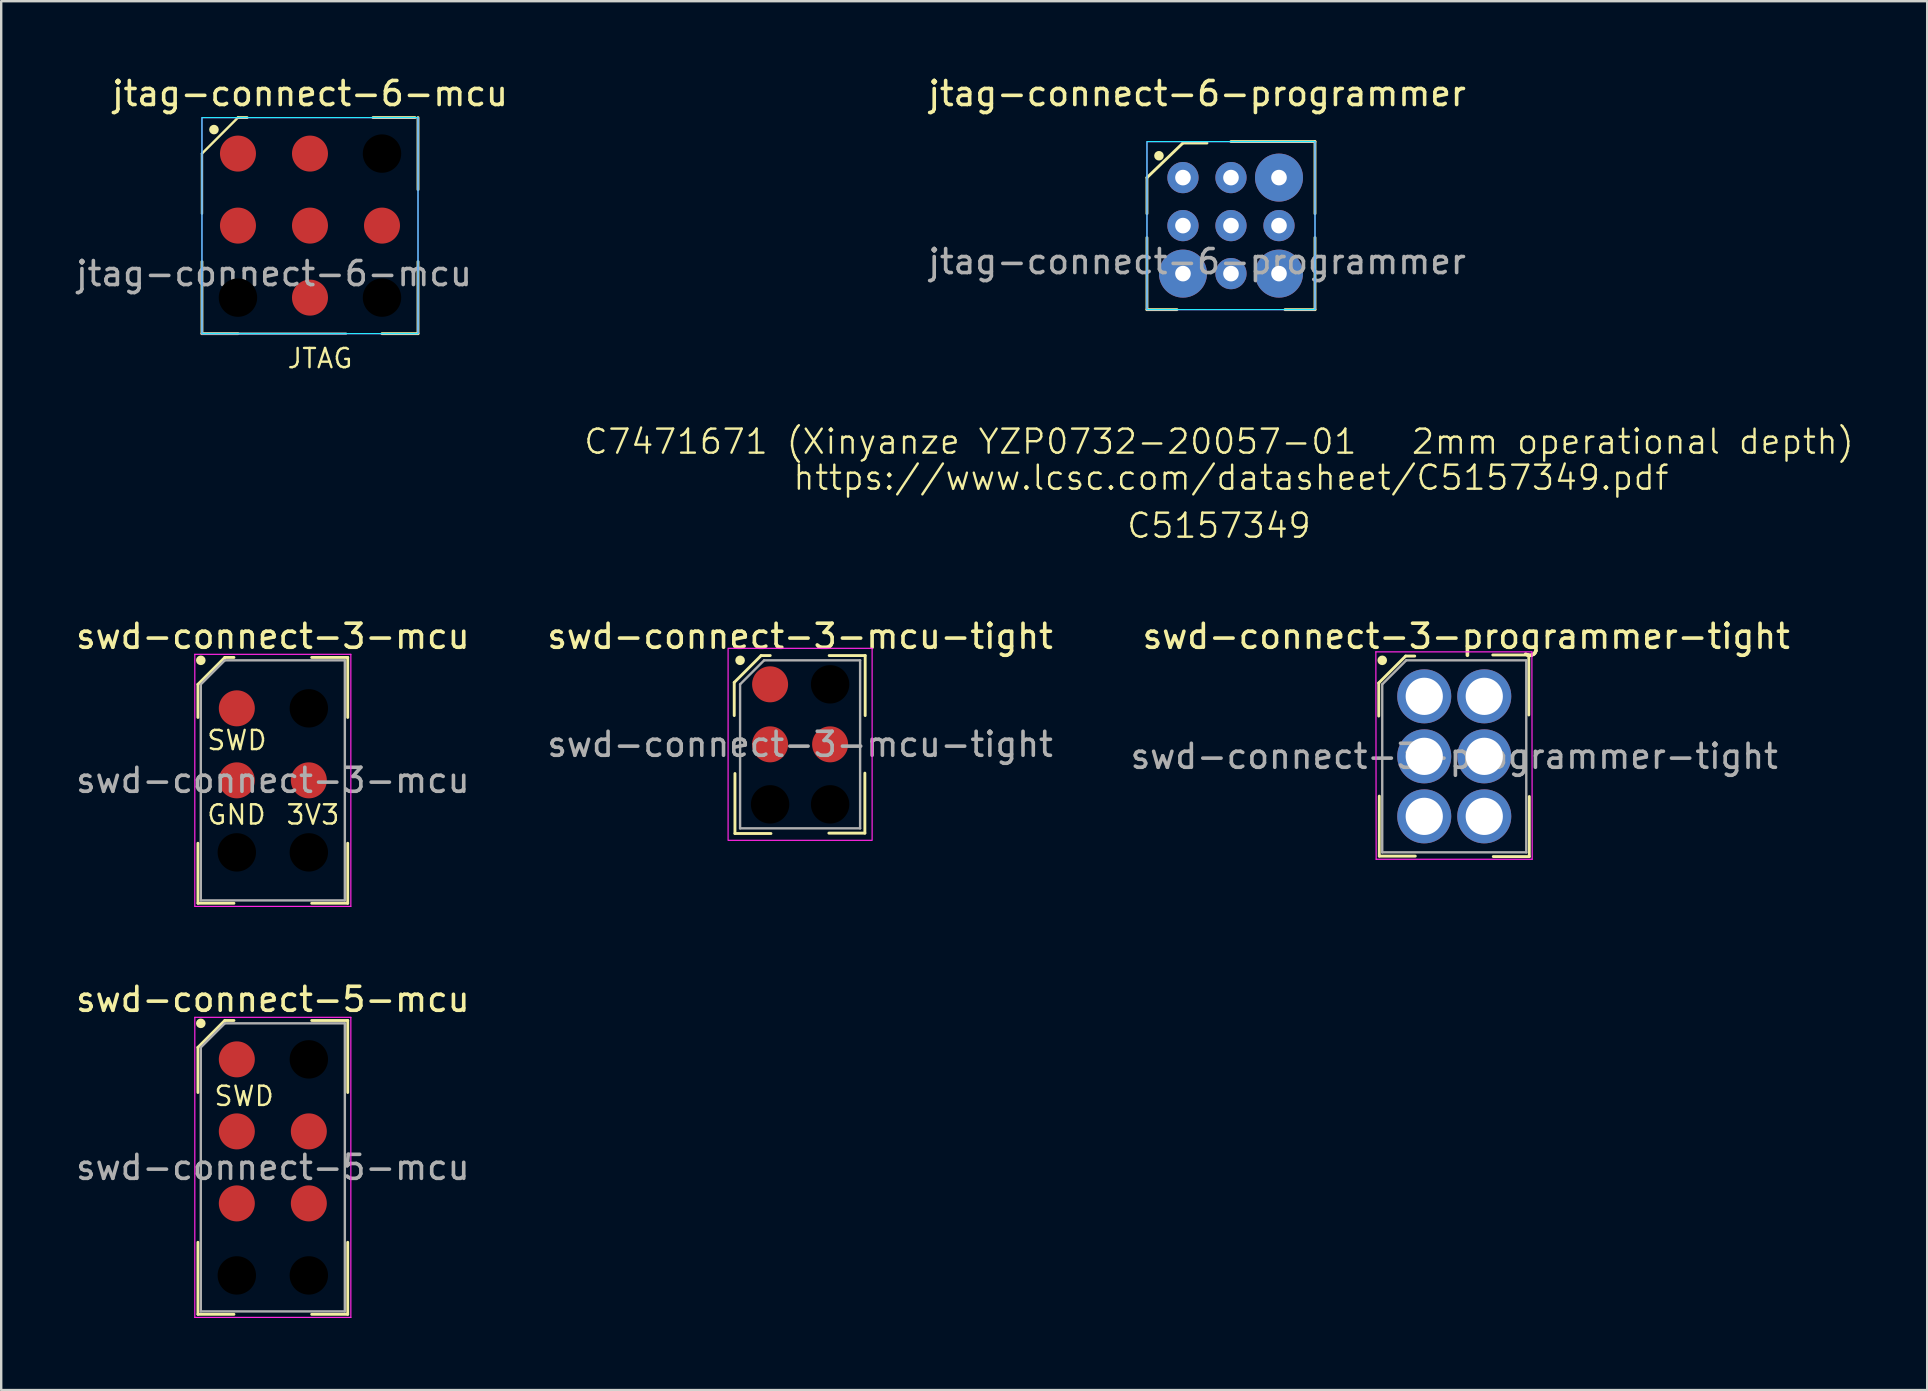
<source format=kicad_pcb>
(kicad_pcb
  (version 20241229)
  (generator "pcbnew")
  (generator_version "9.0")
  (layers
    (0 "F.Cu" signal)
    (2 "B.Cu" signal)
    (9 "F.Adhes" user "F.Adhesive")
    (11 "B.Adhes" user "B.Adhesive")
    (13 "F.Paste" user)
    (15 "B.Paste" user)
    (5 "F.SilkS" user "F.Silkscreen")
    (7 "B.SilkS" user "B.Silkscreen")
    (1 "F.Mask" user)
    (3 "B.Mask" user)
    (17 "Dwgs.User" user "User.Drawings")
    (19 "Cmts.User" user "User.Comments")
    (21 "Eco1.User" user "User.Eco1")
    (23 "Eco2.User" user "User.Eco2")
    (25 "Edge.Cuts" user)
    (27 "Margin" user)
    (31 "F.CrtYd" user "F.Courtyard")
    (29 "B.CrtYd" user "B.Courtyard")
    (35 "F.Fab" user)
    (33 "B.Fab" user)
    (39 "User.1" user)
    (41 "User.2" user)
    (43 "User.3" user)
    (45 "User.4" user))
  (footprint "swd-connect-5-mcu"
    (layer "F.Cu")
    (at 8.315 45.58)
    (property "Reference" "swd-connect-5-mcu" (at 0 -7 0) (layer "F.SilkS") (effects (font (size 1 1) (thickness 0.15))))
    (attr smd)
    (fp_line (start -3.12 -5) (end -3.12 -3.12) (stroke (width 0.12) (type default)) (layer "F.SilkS"))
    (fp_line (start -3.12 6.12) (end -3.12 3.12) (stroke (width 0.12) (type default)) (layer "F.SilkS"))
    (fp_line (start -2 -6.12) (end -3.12 -5) (stroke (width 0.12) (type default)) (layer "F.SilkS"))
    (fp_line (start -1.62 -6.12) (end -2 -6.12) (stroke (width 0.12) (type default)) (layer "F.SilkS"))
    (fp_line (start -1.62 6.12) (end -3.12 6.12) (stroke (width 0.12) (type default)) (layer "F.SilkS"))
    (fp_line (start 1.62 -6.12) (end 3.12 -6.12) (stroke (width 0.12) (type default)) (layer "F.SilkS"))
    (fp_line (start 1.62 6.12) (end 3.12 6.12) (stroke (width 0.12) (type default)) (layer "F.SilkS"))
    (fp_line (start 3.12 -6.12) (end 3.12 -3.12) (stroke (width 0.12) (type default)) (layer "F.SilkS"))
    (fp_line (start 3.12 6.12) (end 3.12 3.12) (stroke (width 0.12) (type default)) (layer "F.SilkS"))
    (fp_circle (center -3 -6) (end -3 -5.9) (stroke (width 0.2) (type default)) (fill no) (layer "F.SilkS"))
    (fp_line (start -3.25 -6.25) (end 3.25 -6.25) (stroke (width 0.05) (type default)) (layer "F.CrtYd"))
    (fp_line (start -3.25 6.25) (end -3.25 -6.25) (stroke (width 0.05) (type default)) (layer "F.CrtYd"))
    (fp_line (start 3.25 -6.25) (end 3.25 6.25) (stroke (width 0.05) (type default)) (layer "F.CrtYd"))
    (fp_line (start 3.25 6.25) (end -3.25 6.25) (stroke (width 0.05) (type default)) (layer "F.CrtYd"))
    (fp_line (start -3 -5) (end -3 6) (stroke (width 0.1) (type default)) (layer "F.Fab"))
    (fp_line (start -3 6) (end 3 6) (stroke (width 0.1) (type default)) (layer "F.Fab"))
    (fp_line (start -2 -6) (end -3 -5) (stroke (width 0.1) (type default)) (layer "F.Fab"))
    (fp_line (start 3 -6) (end -2 -6) (stroke (width 0.1) (type default)) (layer "F.Fab"))
    (fp_line (start 3 6) (end 3 -6) (stroke (width 0.1) (type default)) (layer "F.Fab"))
    (fp_text user "SWD" (at -2.5 -2.5 0) (unlocked yes) (layer "F.SilkS") (effects (font (size 0.8 0.8) (thickness 0.1)) (justify left bottom)))
    (fp_text user "${REFERENCE}" (at 0 0 0) (layer "F.Fab") (effects (font (size 1 1) (thickness 0.15))))
    (pad "" np_thru_hole circle (at -1.5 4.5) (size 1.6 1.6) (drill 1.6) (layers "*.Mask"))
    (pad "" np_thru_hole circle (at 1.5 -4.5) (size 1.6 1.6) (drill 1.6) (layers "*.Mask"))
    (pad "" np_thru_hole circle (at 1.5 4.5) (size 1.6 1.6) (drill 1.6) (layers "*.Mask"))
    (pad "1" smd circle (at -1.5 -4.5) (size 1.5 1.5) (property pad_prop_testpoint) (layers "F.Cu" "F.Mask" "F.Paste"))
    (pad "2" smd circle (at -1.5 -1.5) (size 1.5 1.5) (property pad_prop_testpoint) (layers "F.Cu" "F.Mask" "F.Paste"))
    (pad "3" smd circle (at 1.5 -1.5) (size 1.5 1.5) (property pad_prop_testpoint) (layers "F.Cu" "F.Mask" "F.Paste"))
    (pad "4" smd circle (at -1.5 1.5) (size 1.5 1.5) (property pad_prop_testpoint) (layers "F.Cu" "F.Mask" "F.Paste"))
    (pad "5" smd circle (at 1.5 1.5) (size 1.5 1.5) (property pad_prop_testpoint) (layers "F.Cu" "F.Mask" "F.Paste")))
  (footprint "jtag-connect-6-mcu"
    (layer "F.Cu")
    (at 9.863 6.348)
    (property "Reference" "jtag-connect-6-mcu" (at 0 -5.5 0) (layer "F.SilkS") (effects (font (size 1 1) (thickness 0.15))))
    (attr smd)
    (fp_line (start -4.5 -3) (end -4.5 -0.5) (stroke (width 0.1) (type solid)) (layer "F.SilkS"))
    (fp_line (start -4.5 4.5) (end -4.5 1.5) (stroke (width 0.12) (type default)) (layer "F.SilkS"))
    (fp_line (start -3 -4.5) (end -4.5 -3) (stroke (width 0.1) (type solid)) (layer "F.SilkS"))
    (fp_line (start -3 4.5) (end -4.5 4.5) (stroke (width 0.12) (type default)) (layer "F.SilkS"))
    (fp_line (start -2.62 -4.5) (end -3 -4.5) (stroke (width 0.12) (type default)) (layer "F.SilkS"))
    (fp_line (start 2.625 -4.5) (end 4.375 -4.5) (stroke (width 0.12) (type default)) (layer "F.SilkS"))
    (fp_line (start 3 4.5) (end 4.5 4.5) (stroke (width 0.12) (type default)) (layer "F.SilkS"))
    (fp_line (start 4.5 -4.5) (end 4.5 -1.5) (stroke (width 0.12) (type default)) (layer "F.SilkS"))
    (fp_line (start 4.5 4.5) (end 4.5 1.5) (stroke (width 0.12) (type default)) (layer "F.SilkS"))
    (fp_circle (center -4 -4) (end -4 -3.9) (stroke (width 0.2) (type default)) (fill no) (layer "F.SilkS"))
    (fp_rect (start -4.5 -4.5) (end 4.5 4.5) (stroke (width 0.05) (type solid)) (fill no) (layer "B.CrtYd"))
    (fp_rect (start -4.5 -4.5) (end 4.5 4.5) (stroke (width 0.05) (type default)) (fill no) (layer "F.CrtYd"))
    (fp_line (start -4.5 4.5) (end 1.5 4.5) (stroke (width 0.1) (type default)) (layer "F.Fab"))
    (fp_text user "JTAG" (at -1 6 0) (unlocked yes) (layer "F.SilkS") (effects (font (size 0.8 0.8) (thickness 0.1)) (justify left bottom)))
    (fp_text user "${REFERENCE}" (at -1.5 2 0) (layer "F.Fab") (effects (font (size 1 1) (thickness 0.15))))
    (pad "" np_thru_hole circle (at -3 3) (size 1.6 1.6) (drill 1.6) (layers "*.Mask"))
    (pad "" np_thru_hole circle (at 3 -3) (size 1.6 1.6) (drill 1.6) (layers "*.Mask"))
    (pad "" np_thru_hole circle (at 3 3) (size 1.6 1.6) (drill 1.6) (layers "*.Mask"))
    (pad "1" smd circle (at -3 -3) (size 1.5 1.5) (property pad_prop_testpoint) (layers "F.Cu" "F.Mask" "F.Paste"))
    (pad "2" smd circle (at 0 -3) (size 1.5 1.5) (property pad_prop_testpoint) (layers "F.Cu" "F.Mask" "F.Paste"))
    (pad "3" smd circle (at -3 0) (size 1.5 1.5) (property pad_prop_testpoint) (layers "F.Cu" "F.Mask" "F.Paste"))
    (pad "4" smd circle (at 0 0) (size 1.5 1.5) (property pad_prop_testpoint) (layers "F.Cu" "F.Mask" "F.Paste"))
    (pad "5" smd circle (at 3 0) (size 1.5 1.5) (property pad_prop_testpoint) (layers "F.Cu" "F.Mask" "F.Paste"))
    (pad "6" smd circle (at 0 3) (size 1.5 1.5) (property pad_prop_testpoint) (layers "F.Cu" "F.Mask" "F.Paste")))
  (footprint "jtag-connect-6-programmer"
    (layer "F.Cu")
    (at 48.229 6.348)
    (property "Reference" "jtag-connect-6-programmer" (at -1.41 -5.5 0) (layer "F.SilkS") (effects (font (size 1 1) (thickness 0.15))))
    (property "Signal Pins" "C7471671 (Xinyanze YZP0732-20057-01   2mm operational depth)" (at -0.5 9 0) (layer "F.SilkS") (effects (font (size 1 1) (thickness 0.1))))
    (property "Guide Pins" "https://www.lcsc.com/datasheet/C5157349.pdf" (at 0 10.5 0) (layer "F.SilkS") (effects (font (size 1 1) (thickness 0.1))))
    (property "Guid Pins LCSC" "C5157349" (at -0.5 12.5 0) (layer "F.SilkS") (effects (font (size 1 1) (thickness 0.1))))
    (attr through_hole)
    (fp_line (start -3.5 -2) (end -3.5 -0.5) (stroke (width 0.12) (type default)) (layer "F.SilkS"))
    (fp_line (start -3.5 3.5) (end -3.5 0.5) (stroke (width 0.12) (type default)) (layer "F.SilkS"))
    (fp_line (start -2.25 3.5) (end -3.5 3.5) (stroke (width 0.12) (type default)) (layer "F.SilkS"))
    (fp_line (start -2 -3.44) (end -3.5 -2) (stroke (width 0.12) (type default)) (layer "F.SilkS"))
    (fp_line (start -1 -3.44) (end -2 -3.44) (stroke (width 0.12) (type default)) (layer "F.SilkS"))
    (fp_line (start 0 -3.5) (end 3.5 -3.5) (stroke (width 0.12) (type default)) (layer "F.SilkS"))
    (fp_line (start 2.25 3.5) (end 3.5 3.5) (stroke (width 0.12) (type default)) (layer "F.SilkS"))
    (fp_line (start 3.5 -3.5) (end 3.5 -0.5) (stroke (width 0.12) (type default)) (layer "F.SilkS"))
    (fp_line (start 3.5 3.5) (end 3.5 0.5) (stroke (width 0.12) (type default)) (layer "F.SilkS"))
    (fp_circle (center -3 -2.91) (end -3 -2.81) (stroke (width 0.2) (type default)) (fill no) (layer "F.SilkS"))
    (fp_rect (start -3.5 -3.5) (end 3.5 3.5) (stroke (width 0.05) (type solid)) (fill no) (layer "B.CrtYd"))
    (fp_rect (start -3.5 -3.5) (end 3.5 3.5) (stroke (width 0.05) (type default)) (fill no) (layer "F.CrtYd"))
    (fp_text user "${REFERENCE}" (at -1.41 1.5 0) (layer "F.Fab") (effects (font (size 1 1) (thickness 0.15))))
    (pad "" thru_hole circle (at -2 2) (size 2 2) (drill 0.65) (layers "*.Cu" "*.Mask"))
    (pad "" thru_hole circle (at 2 -2) (size 2 2) (drill 0.65) (layers "*.Cu" "*.Mask"))
    (pad "" thru_hole circle (at 2 2) (size 2 2) (drill 0.65) (layers "*.Cu" "*.Mask"))
    (pad "1" thru_hole circle (at -2 -2) (size 1.3 1.3) (drill 0.65) (layers "*.Cu" "*.Mask"))
    (pad "2" thru_hole circle (at 0 -2) (size 1.3 1.3) (drill 0.65) (layers "*.Cu" "*.Mask"))
    (pad "3" thru_hole circle (at -2 0) (size 1.3 1.3) (drill 0.65) (layers "*.Cu" "*.Mask"))
    (pad "4" thru_hole circle (at 0 0) (size 1.3 1.3) (drill 0.65) (layers "*.Cu" "*.Mask"))
    (pad "5" thru_hole circle (at 2 0) (size 1.3 1.3) (drill 0.65) (layers "*.Cu" "*.Mask"))
    (pad "6" thru_hole circle (at 0 2) (size 1.3 1.3) (drill 0.65) (layers "*.Cu" "*.Mask")))
  (footprint "swd-connect-3-mcu"
    (layer "F.Cu")
    (at 8.315 29.457)
    (property "Reference" "swd-connect-3-mcu" (at 0 -6 0) (layer "F.SilkS") (effects (font (size 1 1) (thickness 0.15))))
    (attr smd)
    (fp_line (start -3.12 -4) (end -3.12 -2.62) (stroke (width 0.12) (type default)) (layer "F.SilkS"))
    (fp_line (start -3.12 5.12) (end -3.12 2.62) (stroke (width 0.12) (type default)) (layer "F.SilkS"))
    (fp_line (start -2 -5.12) (end -3.12 -4) (stroke (width 0.12) (type default)) (layer "F.SilkS"))
    (fp_line (start -1.62 -5.12) (end -2 -5.12) (stroke (width 0.12) (type default)) (layer "F.SilkS"))
    (fp_line (start -1.62 5.12) (end -3.12 5.12) (stroke (width 0.12) (type default)) (layer "F.SilkS"))
    (fp_line (start 1.62 -5.12) (end 3.12 -5.12) (stroke (width 0.12) (type default)) (layer "F.SilkS"))
    (fp_line (start 1.62 5.12) (end 3.12 5.12) (stroke (width 0.12) (type default)) (layer "F.SilkS"))
    (fp_line (start 3.12 -5.12) (end 3.12 -2.62) (stroke (width 0.12) (type default)) (layer "F.SilkS"))
    (fp_line (start 3.12 5.12) (end 3.12 2.62) (stroke (width 0.12) (type default)) (layer "F.SilkS"))
    (fp_circle (center -3 -5) (end -3 -4.9) (stroke (width 0.2) (type default)) (fill no) (layer "F.SilkS"))
    (fp_line (start -3.25 -5.25) (end 3.25 -5.25) (stroke (width 0.05) (type default)) (layer "F.CrtYd"))
    (fp_line (start -3.25 5.25) (end -3.25 -5.25) (stroke (width 0.05) (type default)) (layer "F.CrtYd"))
    (fp_line (start 3.25 -5.25) (end 3.25 5.25) (stroke (width 0.05) (type default)) (layer "F.CrtYd"))
    (fp_line (start 3.25 5.25) (end -3.25 5.25) (stroke (width 0.05) (type default)) (layer "F.CrtYd"))
    (fp_line (start -3 -4) (end -3 5) (stroke (width 0.1) (type default)) (layer "F.Fab"))
    (fp_line (start -3 5) (end 3 5) (stroke (width 0.1) (type default)) (layer "F.Fab"))
    (fp_line (start -2 -5) (end -3 -4) (stroke (width 0.1) (type default)) (layer "F.Fab"))
    (fp_line (start 3 -5) (end -2 -5) (stroke (width 0.1) (type default)) (layer "F.Fab"))
    (fp_line (start 3 5) (end 3 -5) (stroke (width 0.1) (type default)) (layer "F.Fab"))
    (fp_text user "GND" (at -2.8 1.9 0) (unlocked yes) (layer "F.SilkS") (effects (font (size 0.8 0.8) (thickness 0.1)) (justify left bottom)))
    (fp_text user "SWD" (at -2.8 -1.2 0) (unlocked yes) (layer "F.SilkS") (effects (font (size 0.8 0.8) (thickness 0.1)) (justify left bottom)))
    (fp_text user "3V3" (at 0.5 1.9 0) (unlocked yes) (layer "F.SilkS") (effects (font (size 0.8 0.8) (thickness 0.1)) (justify left bottom)))
    (fp_text user "${REFERENCE}" (at 0 0 0) (layer "F.Fab") (effects (font (size 1 1) (thickness 0.15))))
    (pad "" np_thru_hole circle (at -1.5 3) (size 1.6 1.6) (drill 1.6) (layers "*.Mask"))
    (pad "" np_thru_hole circle (at 1.5 -3) (size 1.6 1.6) (drill 1.6) (layers "*.Mask"))
    (pad "" np_thru_hole circle (at 1.5 3) (size 1.6 1.6) (drill 1.6) (layers "*.Mask"))
    (pad "1" smd circle (at -1.5 -3) (size 1.5 1.5) (layers "F.Cu" "F.Mask" "F.Paste"))
    (pad "2" smd circle (at -1.5 0) (size 1.5 1.5) (layers "F.Cu" "F.Mask" "F.Paste"))
    (pad "3" smd circle (at 1.5 0) (size 1.5 1.5) (layers "F.Cu" "F.Mask" "F.Paste")))
  (footprint "swd-connect-3-programmer-tight"
    (layer "F.Cu")
    (at 57.53 28.457)
    (property "Reference" "swd-connect-3-programmer-tight" (at 0.5 -5 0) (layer "F.SilkS") (effects (font (size 1 1) (thickness 0.15))))
    (attr smd)
    (fp_line (start -3.146 -3.057) (end -3.146 -1.677) (stroke (width 0.12) (type default)) (layer "F.SilkS"))
    (fp_line (start -3.123 4.157) (end -3.123 1.657) (stroke (width 0.12) (type default)) (layer "F.SilkS"))
    (fp_line (start -2.026 -4.177) (end -3.146 -3.057) (stroke (width 0.12) (type default)) (layer "F.SilkS"))
    (fp_line (start -1.646 -4.177) (end -2.026 -4.177) (stroke (width 0.12) (type default)) (layer "F.SilkS"))
    (fp_line (start -1.623 4.157) (end -3.123 4.157) (stroke (width 0.12) (type default)) (layer "F.SilkS"))
    (fp_line (start 1.604 -4.223) (end 3.104 -4.223) (stroke (width 0.12) (type default)) (layer "F.SilkS"))
    (fp_line (start 1.626 4.174) (end 3.126 4.174) (stroke (width 0.12) (type default)) (layer "F.SilkS"))
    (fp_line (start 3.104 -4.223) (end 3.104 -1.723) (stroke (width 0.12) (type default)) (layer "F.SilkS"))
    (fp_line (start 3.126 4.174) (end 3.126 1.674) (stroke (width 0.12) (type default)) (layer "F.SilkS"))
    (fp_circle (center -3 -4) (end -3 -3.9) (stroke (width 0.2) (type default)) (fill no) (layer "F.SilkS"))
    (fp_line (start -3.266 -4.353) (end 3.234 -4.353) (stroke (width 0.05) (type default)) (layer "F.CrtYd"))
    (fp_line (start -3.253 4.287) (end -3.266 -4.353) (stroke (width 0.05) (type default)) (layer "F.CrtYd"))
    (fp_line (start 3.234 -4.353) (end 3.247 4.287) (stroke (width 0.05) (type default)) (layer "F.CrtYd"))
    (fp_line (start 3.247 4.287) (end -3.253 4.287) (stroke (width 0.05) (type default)) (layer "F.CrtYd"))
    (fp_line (start -3 -3) (end -3 4) (stroke (width 0.1) (type default)) (layer "F.Fab"))
    (fp_line (start -3 4) (end 3 4) (stroke (width 0.1) (type default)) (layer "F.Fab"))
    (fp_line (start -2 -4) (end -3 -3) (stroke (width 0.1) (type default)) (layer "F.Fab"))
    (fp_line (start 3 -4) (end -2 -4) (stroke (width 0.1) (type default)) (layer "F.Fab"))
    (fp_line (start 3 4) (end 3 -4) (stroke (width 0.1) (type default)) (layer "F.Fab"))
    (fp_text user "${REFERENCE}" (at 0 0 0) (layer "F.Fab") (effects (font (size 1 1) (thickness 0.15))))
    (pad "" np_thru_hole circle (at -1.25 2.5) (size 2.25 2.25) (drill 1.55) (layers "*.Cu" "*.Mask"))
    (pad "" np_thru_hole circle (at 1.25 -2.5) (size 2.25 2.25) (drill 1.55) (layers "*.Cu" "*.Mask"))
    (pad "" np_thru_hole circle (at 1.25 2.5) (size 2.25 2.25) (drill 1.55) (layers "*.Cu" "*.Mask"))
    (pad "1" thru_hole circle (at -1.25 -2.5) (size 2.25 2.25) (drill 1.55) (layers "*.Cu" "*.Mask"))
    (pad "2" thru_hole circle (at -1.25 0) (size 2.25 2.25) (drill 1.55) (layers "*.Cu" "*.Mask"))
    (pad "3" thru_hole circle (at 1.25 0) (size 2.25 2.25) (drill 1.55) (layers "*.Cu" "*.Mask")))
  (footprint "swd-connect-3-mcu-tight"
    (layer "F.Cu")
    (at 30.28 27.957)
    (property "Reference" "swd-connect-3-mcu-tight" (at 0 -4.5 0) (layer "F.SilkS") (effects (font (size 1 1) (thickness 0.15))))
    (attr smd)
    (fp_line (start -2.744 -2.579) (end -2.744 -1.199) (stroke (width 0.12) (type default)) (layer "F.SilkS"))
    (fp_line (start -2.714 3.715) (end -2.714 1.215) (stroke (width 0.12) (type default)) (layer "F.SilkS"))
    (fp_line (start -1.624 -3.699) (end -2.744 -2.579) (stroke (width 0.12) (type default)) (layer "F.SilkS"))
    (fp_line (start -1.244 -3.699) (end -1.624 -3.699) (stroke (width 0.12) (type default)) (layer "F.SilkS"))
    (fp_line (start -1.214 3.715) (end -2.714 3.715) (stroke (width 0.12) (type default)) (layer "F.SilkS"))
    (fp_line (start 1.198 3.699) (end 2.698 3.699) (stroke (width 0.12) (type default)) (layer "F.SilkS"))
    (fp_line (start 1.211 -3.699) (end 2.711 -3.699) (stroke (width 0.12) (type default)) (layer "F.SilkS"))
    (fp_line (start 2.698 3.699) (end 2.698 1.199) (stroke (width 0.12) (type default)) (layer "F.SilkS"))
    (fp_line (start 2.711 -3.699) (end 2.711 -1.199) (stroke (width 0.12) (type default)) (layer "F.SilkS"))
    (fp_circle (center -2.5 -3.5) (end -2.5 -3.4) (stroke (width 0.2) (type default)) (fill no) (layer "F.SilkS"))
    (fp_rect (start -3 -4) (end 3 4) (stroke (width 0.05) (type default)) (fill no) (layer "F.CrtYd"))
    (fp_line (start -2.5 -2.5) (end -2.5 3.5) (stroke (width 0.1) (type default)) (layer "F.Fab"))
    (fp_line (start -2.5 3.5) (end 2.5 3.5) (stroke (width 0.1) (type default)) (layer "F.Fab"))
    (fp_line (start -1.5 -3.5) (end -2.5 -2.5) (stroke (width 0.1) (type default)) (layer "F.Fab"))
    (fp_line (start 2.5 -3.5) (end -1.5 -3.5) (stroke (width 0.1) (type default)) (layer "F.Fab"))
    (fp_line (start 2.5 3.5) (end 2.5 -3.5) (stroke (width 0.1) (type default)) (layer "F.Fab"))
    (fp_text user "${REFERENCE}" (at 0 0 0) (layer "F.Fab") (effects (font (size 1 1) (thickness 0.15))))
    (pad "" np_thru_hole circle (at -1.25 2.5) (size 1.6 1.6) (drill 1.6) (layers "*.Mask"))
    (pad "" np_thru_hole circle (at 1.25 -2.5) (size 1.6 1.6) (drill 1.6) (layers "*.Mask"))
    (pad "" np_thru_hole circle (at 1.25 2.5) (size 1.6 1.6) (drill 1.6) (layers "*.Mask"))
    (pad "1" smd circle (at -1.25 -2.5) (size 1.5 1.5) (layers "F.Cu" "F.Mask" "F.Paste"))
    (pad "2" smd circle (at -1.25 0) (size 1.5 1.5) (layers "F.Cu" "F.Mask" "F.Paste"))
    (pad "3" smd circle (at 1.25 0) (size 1.5 1.5) (layers "F.Cu" "F.Mask" "F.Paste")))
  (gr_rect
    (start -3 -3)
    (end 77.231 54.855)
    (stroke (width 0.1) (type default))
    (fill no)
    (layer "Edge.Cuts")))
</source>
